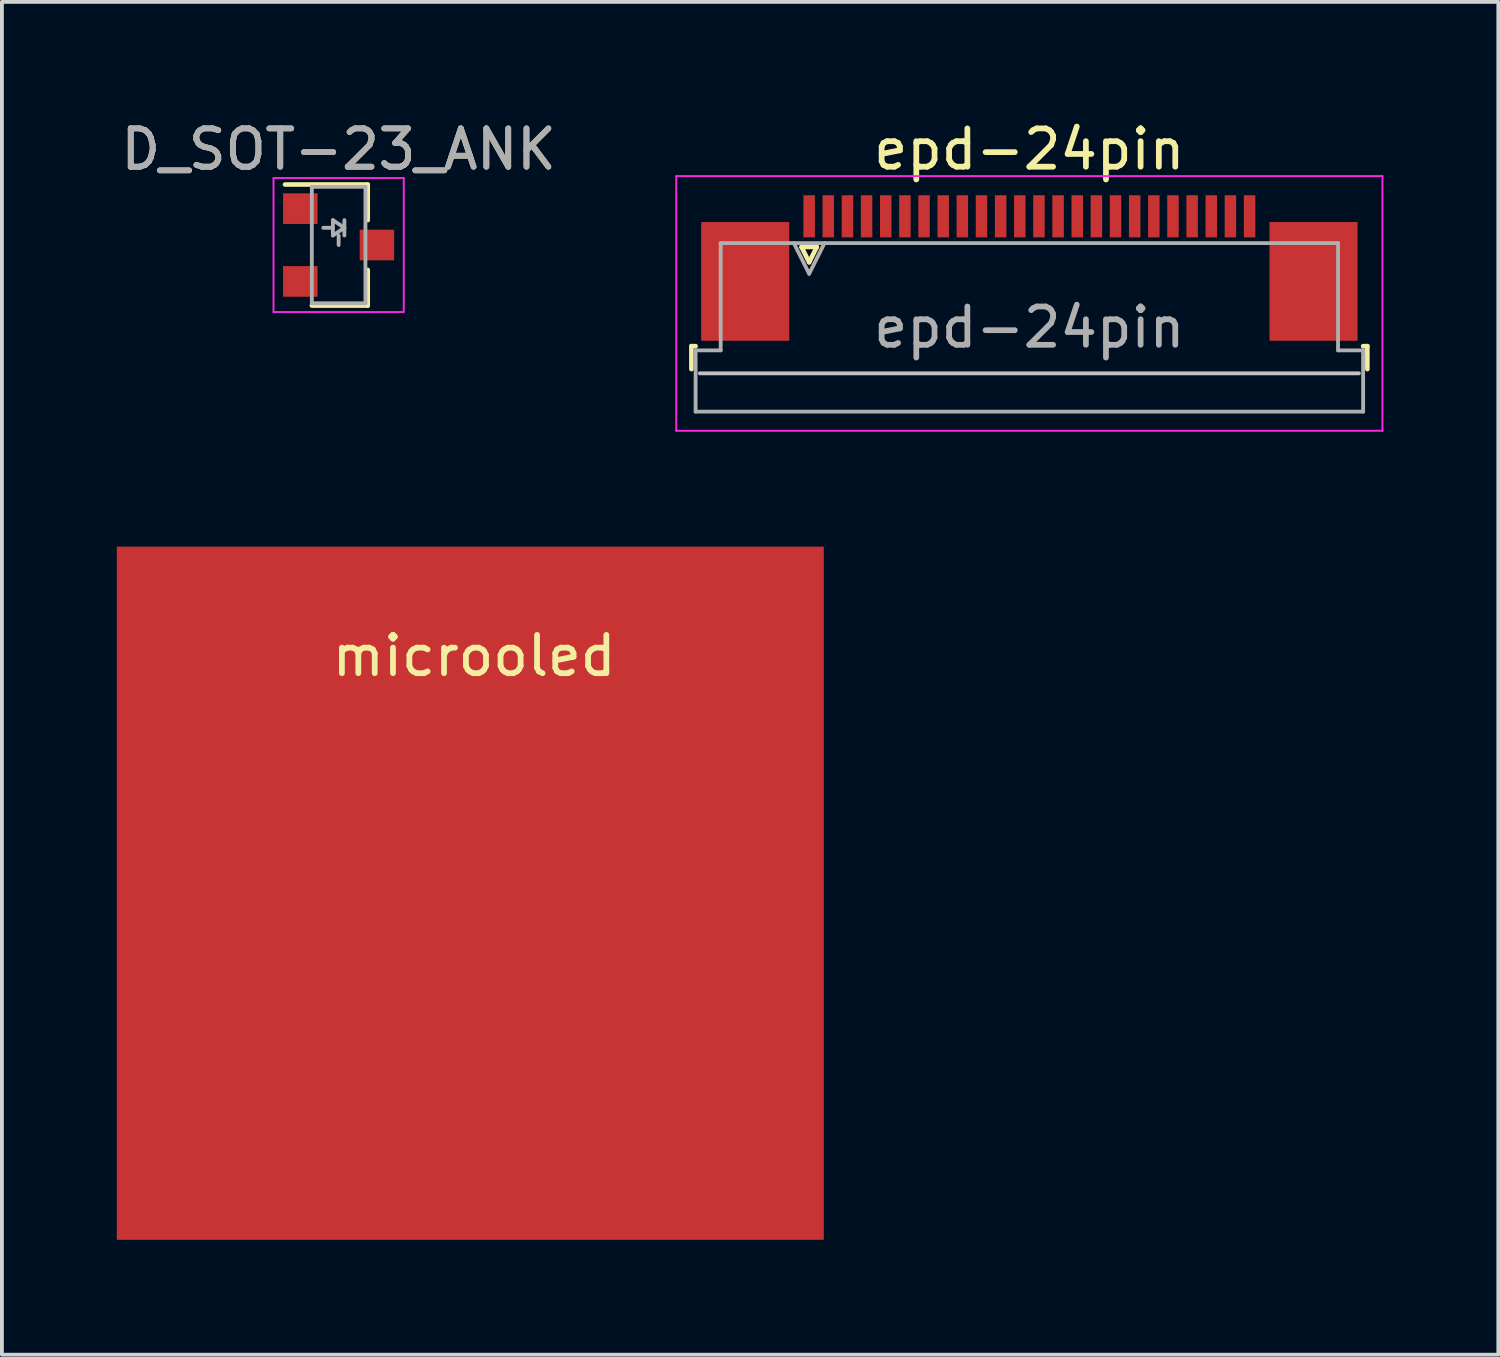
<source format=kicad_pcb>
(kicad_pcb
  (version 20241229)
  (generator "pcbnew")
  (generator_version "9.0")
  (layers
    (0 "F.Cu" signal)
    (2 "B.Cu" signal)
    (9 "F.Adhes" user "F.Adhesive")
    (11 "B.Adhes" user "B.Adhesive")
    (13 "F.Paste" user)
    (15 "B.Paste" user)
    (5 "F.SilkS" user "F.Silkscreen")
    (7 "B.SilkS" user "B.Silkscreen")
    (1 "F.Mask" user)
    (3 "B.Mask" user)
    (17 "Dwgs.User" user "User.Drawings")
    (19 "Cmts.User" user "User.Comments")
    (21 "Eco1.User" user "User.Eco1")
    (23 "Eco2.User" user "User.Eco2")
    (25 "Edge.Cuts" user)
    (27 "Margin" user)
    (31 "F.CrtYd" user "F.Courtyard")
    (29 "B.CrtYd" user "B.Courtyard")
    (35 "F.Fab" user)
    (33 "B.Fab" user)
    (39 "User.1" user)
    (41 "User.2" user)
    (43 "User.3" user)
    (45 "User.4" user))
  (footprint "microoled"
    (layer "F.Cu")
    (at 9.23 20.273)
    (property "Reference" "microoled" (at 0.1 -6.2 0) (layer "F.SilkS") (effects (font (size 1 1) (thickness 0.15))))
    (attr through_hole)
    (pad "1" smd rect (at 0 0) (size 18.46 18.1) (layers "F.Cu" "F.Mask" "F.Paste")))
  (footprint "D_SOT-23_ANK"
    (layer "F.Cu")
    (at 5.792 3.348)
    (property "Reference" "D_SOT-23_ANK" (at 0 -2.5 0) (layer "F.SilkS") (effects (font (size 1 1) (thickness 0.15))))
    (attr smd)
    (fp_line (start 0.76 -1.58) (end -1.4 -1.58) (stroke (width 0.12) (type solid)) (layer "F.SilkS"))
    (fp_line (start 0.76 -1.58) (end 0.76 -0.65) (stroke (width 0.12) (type solid)) (layer "F.SilkS"))
    (fp_line (start 0.76 1.58) (end -0.7 1.58) (stroke (width 0.12) (type solid)) (layer "F.SilkS"))
    (fp_line (start 0.76 1.58) (end 0.76 0.65) (stroke (width 0.12) (type solid)) (layer "F.SilkS"))
    (fp_line (start -1.7 -1.75) (end 1.7 -1.75) (stroke (width 0.05) (type solid)) (layer "F.CrtYd"))
    (fp_line (start -1.7 1.75) (end -1.7 -1.75) (stroke (width 0.05) (type solid)) (layer "F.CrtYd"))
    (fp_line (start 1.7 -1.75) (end 1.7 1.75) (stroke (width 0.05) (type solid)) (layer "F.CrtYd"))
    (fp_line (start 1.7 1.75) (end -1.7 1.75) (stroke (width 0.05) (type solid)) (layer "F.CrtYd"))
    (fp_line (start -0.7 -1.52) (end -0.7 1.52) (stroke (width 0.1) (type solid)) (layer "F.Fab"))
    (fp_line (start -0.7 -1.52) (end 0.7 -1.52) (stroke (width 0.1) (type solid)) (layer "F.Fab"))
    (fp_line (start -0.7 1.52) (end 0.7 1.52) (stroke (width 0.1) (type solid)) (layer "F.Fab"))
    (fp_line (start -0.15 -0.65) (end -0.15 -0.25) (stroke (width 0.1) (type solid)) (layer "F.Fab"))
    (fp_line (start -0.15 -0.45) (end -0.4 -0.45) (stroke (width 0.1) (type solid)) (layer "F.Fab"))
    (fp_line (start -0.15 -0.25) (end 0.15 -0.45) (stroke (width 0.1) (type solid)) (layer "F.Fab"))
    (fp_line (start 0 0) (end 0 -0.25) (stroke (width 0.1) (type solid)) (layer "F.Fab"))
    (fp_line (start 0.15 -0.65) (end 0.15 -0.25) (stroke (width 0.1) (type solid)) (layer "F.Fab"))
    (fp_line (start 0.15 -0.45) (end -0.15 -0.65) (stroke (width 0.1) (type solid)) (layer "F.Fab"))
    (fp_line (start 0.7 -1.52) (end 0.7 1.52) (stroke (width 0.1) (type solid)) (layer "F.Fab"))
    (fp_text user "${REFERENCE}" (at 0 -2.5 0) (layer "F.Fab") (effects (font (size 1 1) (thickness 0.15))))
    (pad "1" smd rect (at -1 -0.95) (size 0.9 0.8) (layers "F.Cu" "F.Mask" "F.Paste"))
    (pad "2" smd rect (at -1 0.95) (size 0.9 0.8) (layers "F.Cu" "F.Mask" "F.Paste"))
    (pad "3" smd rect (at 1 0) (size 0.9 0.8) (layers "F.Cu" "F.Mask" "F.Paste")))
  (footprint "epd-24pin"
    (layer "F.Cu")
    (at 23.828 3.948)
    (property "Reference" "epd-24pin" (at 0 -3.1 0) (layer "F.SilkS") (effects (font (size 1 1) (thickness 0.15))))
    (attr smd)
    (fp_line (start -8.825 2.04) (end -8.825 2.64) (stroke (width 0.12) (type solid)) (layer "F.SilkS"))
    (fp_line (start -8.715 2.04) (end -8.825 2.04) (stroke (width 0.12) (type solid)) (layer "F.SilkS"))
    (fp_line (start -5.95 -0.55) (end -5.75 -0.15) (stroke (width 0.12) (type solid)) (layer "F.SilkS"))
    (fp_line (start -5.75 -0.15) (end -5.55 -0.55) (stroke (width 0.12) (type solid)) (layer "F.SilkS"))
    (fp_line (start -5.55 -0.55) (end -5.95 -0.55) (stroke (width 0.12) (type solid)) (layer "F.SilkS"))
    (fp_line (start 8.715 2.04) (end 8.825 2.04) (stroke (width 0.12) (type solid)) (layer "F.SilkS"))
    (fp_line (start 8.825 2.04) (end 8.825 2.64) (stroke (width 0.12) (type solid)) (layer "F.SilkS"))
    (fp_line (start 8.605 2.75) (end -8.605 2.75) (stroke (width 0.1) (type solid)) (layer "Dwgs.User"))
    (fp_line (start -9.22 -2.4) (end -9.22 4.25) (stroke (width 0.05) (type solid)) (layer "F.CrtYd"))
    (fp_line (start -9.22 4.25) (end 9.22 4.25) (stroke (width 0.05) (type solid)) (layer "F.CrtYd"))
    (fp_line (start 9.22 -2.4) (end -9.22 -2.4) (stroke (width 0.05) (type solid)) (layer "F.CrtYd"))
    (fp_line (start 9.22 4.25) (end 9.22 -2.4) (stroke (width 0.05) (type solid)) (layer "F.CrtYd"))
    (fp_line (start -8.715 2.15) (end -8.06 2.15) (stroke (width 0.1) (type solid)) (layer "F.Fab"))
    (fp_line (start -8.715 3.75) (end -8.715 2.15) (stroke (width 0.1) (type solid)) (layer "F.Fab"))
    (fp_line (start -8.06 -0.65) (end 8.06 -0.65) (stroke (width 0.1) (type solid)) (layer "F.Fab"))
    (fp_line (start -8.06 2.15) (end -8.06 -0.65) (stroke (width 0.1) (type solid)) (layer "F.Fab"))
    (fp_line (start -6.15 -0.65) (end -5.75 0.15) (stroke (width 0.1) (type solid)) (layer "F.Fab"))
    (fp_line (start -5.75 0.15) (end -5.35 -0.65) (stroke (width 0.1) (type solid)) (layer "F.Fab"))
    (fp_line (start 8.06 -0.65) (end 8.06 2.15) (stroke (width 0.1) (type solid)) (layer "F.Fab"))
    (fp_line (start 8.06 2.15) (end 8.715 2.15) (stroke (width 0.1) (type solid)) (layer "F.Fab"))
    (fp_line (start 8.715 2.15) (end 8.715 3.75) (stroke (width 0.1) (type solid)) (layer "F.Fab"))
    (fp_line (start 8.715 3.75) (end -8.715 3.75) (stroke (width 0.1) (type solid)) (layer "F.Fab"))
    (fp_text user "${REFERENCE}" (at 0 1.55 0) (layer "F.Fab") (effects (font (size 1 1) (thickness 0.15))))
    (pad "1" smd rect (at 5.75 -1.35) (size 0.3 1.1) (layers "F.Cu" "F.Mask" "F.Paste"))
    (pad "2" smd rect (at 5.25 -1.35) (size 0.3 1.1) (layers "F.Cu" "F.Mask" "F.Paste"))
    (pad "3" smd rect (at 4.75 -1.35) (size 0.3 1.1) (layers "F.Cu" "F.Mask" "F.Paste"))
    (pad "4" smd rect (at 4.25 -1.35) (size 0.3 1.1) (layers "F.Cu" "F.Mask" "F.Paste"))
    (pad "5" smd rect (at 3.75 -1.35) (size 0.3 1.1) (layers "F.Cu" "F.Mask" "F.Paste"))
    (pad "6" smd rect (at 3.25 -1.35) (size 0.3 1.1) (layers "F.Cu" "F.Mask" "F.Paste"))
    (pad "7" smd rect (at 2.75 -1.35) (size 0.3 1.1) (layers "F.Cu" "F.Mask" "F.Paste"))
    (pad "8" smd rect (at 2.25 -1.35) (size 0.3 1.1) (layers "F.Cu" "F.Mask" "F.Paste"))
    (pad "9" smd rect (at 1.75 -1.35) (size 0.3 1.1) (layers "F.Cu" "F.Mask" "F.Paste"))
    (pad "10" smd rect (at 1.25 -1.35) (size 0.3 1.1) (layers "F.Cu" "F.Mask" "F.Paste"))
    (pad "11" smd rect (at 0.75 -1.35) (size 0.3 1.1) (layers "F.Cu" "F.Mask" "F.Paste"))
    (pad "12" smd rect (at 0.25 -1.35) (size 0.3 1.1) (layers "F.Cu" "F.Mask" "F.Paste"))
    (pad "13" smd rect (at -0.25 -1.35) (size 0.3 1.1) (layers "F.Cu" "F.Mask" "F.Paste"))
    (pad "14" smd rect (at -0.75 -1.35) (size 0.3 1.1) (layers "F.Cu" "F.Mask" "F.Paste"))
    (pad "15" smd rect (at -1.25 -1.35) (size 0.3 1.1) (layers "F.Cu" "F.Mask" "F.Paste"))
    (pad "16" smd rect (at -1.75 -1.35) (size 0.3 1.1) (layers "F.Cu" "F.Mask" "F.Paste"))
    (pad "17" smd rect (at -2.25 -1.35) (size 0.3 1.1) (layers "F.Cu" "F.Mask" "F.Paste"))
    (pad "18" smd rect (at -2.75 -1.35) (size 0.3 1.1) (layers "F.Cu" "F.Mask" "F.Paste"))
    (pad "19" smd rect (at -3.25 -1.35) (size 0.3 1.1) (layers "F.Cu" "F.Mask" "F.Paste"))
    (pad "20" smd rect (at -3.75 -1.35) (size 0.3 1.1) (layers "F.Cu" "F.Mask" "F.Paste"))
    (pad "21" smd rect (at -4.25 -1.35) (size 0.3 1.1) (layers "F.Cu" "F.Mask" "F.Paste"))
    (pad "22" smd rect (at -4.75 -1.35) (size 0.3 1.1) (layers "F.Cu" "F.Mask" "F.Paste"))
    (pad "23" smd rect (at -5.25 -1.35) (size 0.3 1.1) (layers "F.Cu" "F.Mask" "F.Paste"))
    (pad "24" smd rect (at -5.75 -1.35) (size 0.3 1.1) (layers "F.Cu" "F.Mask" "F.Paste"))
    (pad "MP" smd rect (at -7.42 0.35) (size 2.3 3.1) (layers "F.Cu" "F.Mask" "F.Paste"))
    (pad "MP" smd rect (at 7.42 0.35) (size 2.3 3.1) (layers "F.Cu" "F.Mask" "F.Paste")))
  (gr_rect
    (start -3 -3)
    (end 36.073 32.323)
    (stroke (width 0.1) (type default))
    (fill no)
    (layer "Edge.Cuts")))
</source>
